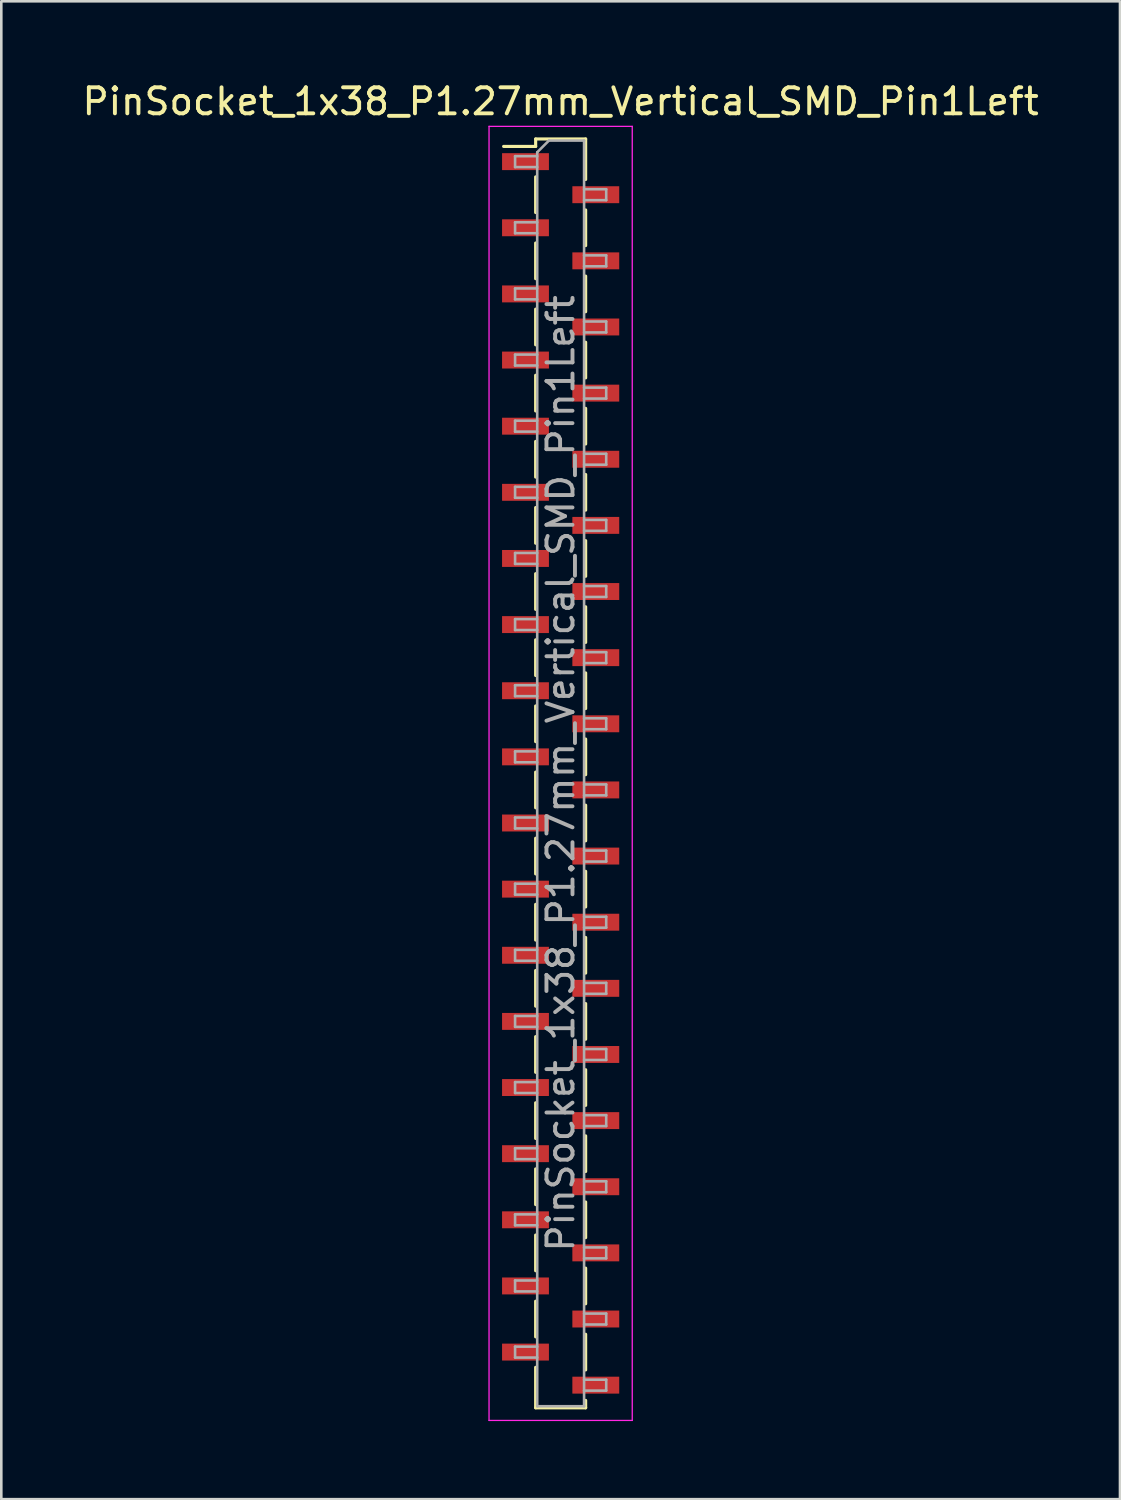
<source format=kicad_pcb>
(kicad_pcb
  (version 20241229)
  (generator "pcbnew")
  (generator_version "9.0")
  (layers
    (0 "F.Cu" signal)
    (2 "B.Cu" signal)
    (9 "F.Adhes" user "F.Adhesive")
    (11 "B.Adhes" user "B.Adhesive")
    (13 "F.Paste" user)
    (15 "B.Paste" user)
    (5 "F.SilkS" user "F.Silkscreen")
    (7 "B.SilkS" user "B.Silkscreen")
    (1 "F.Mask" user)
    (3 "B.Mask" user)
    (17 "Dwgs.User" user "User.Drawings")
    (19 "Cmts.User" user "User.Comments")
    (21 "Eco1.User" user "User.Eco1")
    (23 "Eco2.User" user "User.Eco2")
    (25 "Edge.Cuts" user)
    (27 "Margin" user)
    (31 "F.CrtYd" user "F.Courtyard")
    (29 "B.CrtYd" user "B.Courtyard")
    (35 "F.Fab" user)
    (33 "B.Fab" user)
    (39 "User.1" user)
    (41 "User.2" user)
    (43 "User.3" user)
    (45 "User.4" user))
  (footprint "PinSocket_1x38_P1.27mm_Vertical_SMD_Pin1Left"
    (layer "F.Cu")
    (at 18.482 26.653)
    (property "Reference" "PinSocket_1x38_P1.27mm_Vertical_SMD_Pin1Left" (at 0 -25.805 0) (layer "F.SilkS") (effects (font (size 1 1) (thickness 0.15))))
    (attr smd)
    (fp_line (start -2.19 -24.08) (end -0.96 -24.08) (stroke (width 0.12) (type solid)) (layer "F.SilkS"))
    (fp_line (start -0.96 -24.365) (end -0.96 -24.08) (stroke (width 0.12) (type solid)) (layer "F.SilkS"))
    (fp_line (start -0.96 -24.365) (end 0.96 -24.365) (stroke (width 0.12) (type solid)) (layer "F.SilkS"))
    (fp_line (start -0.96 -22.91) (end -0.96 -21.54) (stroke (width 0.12) (type solid)) (layer "F.SilkS"))
    (fp_line (start -0.96 -20.37) (end -0.96 -19) (stroke (width 0.12) (type solid)) (layer "F.SilkS"))
    (fp_line (start -0.96 -17.83) (end -0.96 -16.46) (stroke (width 0.12) (type solid)) (layer "F.SilkS"))
    (fp_line (start -0.96 -15.29) (end -0.96 -13.92) (stroke (width 0.12) (type solid)) (layer "F.SilkS"))
    (fp_line (start -0.96 -12.75) (end -0.96 -11.38) (stroke (width 0.12) (type solid)) (layer "F.SilkS"))
    (fp_line (start -0.96 -10.21) (end -0.96 -8.84) (stroke (width 0.12) (type solid)) (layer "F.SilkS"))
    (fp_line (start -0.96 -7.67) (end -0.96 -6.3) (stroke (width 0.12) (type solid)) (layer "F.SilkS"))
    (fp_line (start -0.96 -5.13) (end -0.96 -3.76) (stroke (width 0.12) (type solid)) (layer "F.SilkS"))
    (fp_line (start -0.96 -2.59) (end -0.96 -1.22) (stroke (width 0.12) (type solid)) (layer "F.SilkS"))
    (fp_line (start -0.96 -0.05) (end -0.96 1.32) (stroke (width 0.12) (type solid)) (layer "F.SilkS"))
    (fp_line (start -0.96 2.49) (end -0.96 3.86) (stroke (width 0.12) (type solid)) (layer "F.SilkS"))
    (fp_line (start -0.96 5.03) (end -0.96 6.4) (stroke (width 0.12) (type solid)) (layer "F.SilkS"))
    (fp_line (start -0.96 7.57) (end -0.96 8.94) (stroke (width 0.12) (type solid)) (layer "F.SilkS"))
    (fp_line (start -0.96 10.11) (end -0.96 11.48) (stroke (width 0.12) (type solid)) (layer "F.SilkS"))
    (fp_line (start -0.96 12.65) (end -0.96 14.02) (stroke (width 0.12) (type solid)) (layer "F.SilkS"))
    (fp_line (start -0.96 15.19) (end -0.96 16.56) (stroke (width 0.12) (type solid)) (layer "F.SilkS"))
    (fp_line (start -0.96 17.73) (end -0.96 19.1) (stroke (width 0.12) (type solid)) (layer "F.SilkS"))
    (fp_line (start -0.96 20.27) (end -0.96 21.64) (stroke (width 0.12) (type solid)) (layer "F.SilkS"))
    (fp_line (start -0.96 22.81) (end -0.96 24.365) (stroke (width 0.12) (type solid)) (layer "F.SilkS"))
    (fp_line (start -0.96 24.365) (end 0.96 24.365) (stroke (width 0.12) (type solid)) (layer "F.SilkS"))
    (fp_line (start 0.96 -24.365) (end 0.96 -22.81) (stroke (width 0.12) (type solid)) (layer "F.SilkS"))
    (fp_line (start 0.96 -21.64) (end 0.96 -20.27) (stroke (width 0.12) (type solid)) (layer "F.SilkS"))
    (fp_line (start 0.96 -19.1) (end 0.96 -17.73) (stroke (width 0.12) (type solid)) (layer "F.SilkS"))
    (fp_line (start 0.96 -16.56) (end 0.96 -15.19) (stroke (width 0.12) (type solid)) (layer "F.SilkS"))
    (fp_line (start 0.96 -14.02) (end 0.96 -12.65) (stroke (width 0.12) (type solid)) (layer "F.SilkS"))
    (fp_line (start 0.96 -11.48) (end 0.96 -10.11) (stroke (width 0.12) (type solid)) (layer "F.SilkS"))
    (fp_line (start 0.96 -8.94) (end 0.96 -7.57) (stroke (width 0.12) (type solid)) (layer "F.SilkS"))
    (fp_line (start 0.96 -6.4) (end 0.96 -5.03) (stroke (width 0.12) (type solid)) (layer "F.SilkS"))
    (fp_line (start 0.96 -3.86) (end 0.96 -2.49) (stroke (width 0.12) (type solid)) (layer "F.SilkS"))
    (fp_line (start 0.96 -1.32) (end 0.96 0.05) (stroke (width 0.12) (type solid)) (layer "F.SilkS"))
    (fp_line (start 0.96 1.22) (end 0.96 2.59) (stroke (width 0.12) (type solid)) (layer "F.SilkS"))
    (fp_line (start 0.96 3.76) (end 0.96 5.13) (stroke (width 0.12) (type solid)) (layer "F.SilkS"))
    (fp_line (start 0.96 6.3) (end 0.96 7.67) (stroke (width 0.12) (type solid)) (layer "F.SilkS"))
    (fp_line (start 0.96 8.84) (end 0.96 10.21) (stroke (width 0.12) (type solid)) (layer "F.SilkS"))
    (fp_line (start 0.96 11.38) (end 0.96 12.75) (stroke (width 0.12) (type solid)) (layer "F.SilkS"))
    (fp_line (start 0.96 13.92) (end 0.96 15.29) (stroke (width 0.12) (type solid)) (layer "F.SilkS"))
    (fp_line (start 0.96 16.46) (end 0.96 17.83) (stroke (width 0.12) (type solid)) (layer "F.SilkS"))
    (fp_line (start 0.96 19) (end 0.96 20.37) (stroke (width 0.12) (type solid)) (layer "F.SilkS"))
    (fp_line (start 0.96 21.54) (end 0.96 22.91) (stroke (width 0.12) (type solid)) (layer "F.SilkS"))
    (fp_line (start 0.96 24.08) (end 0.96 24.365) (stroke (width 0.12) (type solid)) (layer "F.SilkS"))
    (fp_line (start -2.75 -24.85) (end 2.75 -24.85) (stroke (width 0.05) (type solid)) (layer "F.CrtYd"))
    (fp_line (start -2.75 24.85) (end -2.75 -24.85) (stroke (width 0.05) (type solid)) (layer "F.CrtYd"))
    (fp_line (start 2.75 -24.85) (end 2.75 24.85) (stroke (width 0.05) (type solid)) (layer "F.CrtYd"))
    (fp_line (start 2.75 24.85) (end -2.75 24.85) (stroke (width 0.05) (type solid)) (layer "F.CrtYd"))
    (fp_line (start -1.75 -23.705) (end -0.9 -23.705) (stroke (width 0.1) (type solid)) (layer "F.Fab"))
    (fp_line (start -1.75 -23.285) (end -1.75 -23.705) (stroke (width 0.1) (type solid)) (layer "F.Fab"))
    (fp_line (start -1.75 -21.165) (end -0.9 -21.165) (stroke (width 0.1) (type solid)) (layer "F.Fab"))
    (fp_line (start -1.75 -20.745) (end -1.75 -21.165) (stroke (width 0.1) (type solid)) (layer "F.Fab"))
    (fp_line (start -1.75 -18.625) (end -0.9 -18.625) (stroke (width 0.1) (type solid)) (layer "F.Fab"))
    (fp_line (start -1.75 -18.205) (end -1.75 -18.625) (stroke (width 0.1) (type solid)) (layer "F.Fab"))
    (fp_line (start -1.75 -16.085) (end -0.9 -16.085) (stroke (width 0.1) (type solid)) (layer "F.Fab"))
    (fp_line (start -1.75 -15.665) (end -1.75 -16.085) (stroke (width 0.1) (type solid)) (layer "F.Fab"))
    (fp_line (start -1.75 -13.545) (end -0.9 -13.545) (stroke (width 0.1) (type solid)) (layer "F.Fab"))
    (fp_line (start -1.75 -13.125) (end -1.75 -13.545) (stroke (width 0.1) (type solid)) (layer "F.Fab"))
    (fp_line (start -1.75 -11.005) (end -0.9 -11.005) (stroke (width 0.1) (type solid)) (layer "F.Fab"))
    (fp_line (start -1.75 -10.585) (end -1.75 -11.005) (stroke (width 0.1) (type solid)) (layer "F.Fab"))
    (fp_line (start -1.75 -8.465) (end -0.9 -8.465) (stroke (width 0.1) (type solid)) (layer "F.Fab"))
    (fp_line (start -1.75 -8.045) (end -1.75 -8.465) (stroke (width 0.1) (type solid)) (layer "F.Fab"))
    (fp_line (start -1.75 -5.925) (end -0.9 -5.925) (stroke (width 0.1) (type solid)) (layer "F.Fab"))
    (fp_line (start -1.75 -5.505) (end -1.75 -5.925) (stroke (width 0.1) (type solid)) (layer "F.Fab"))
    (fp_line (start -1.75 -3.385) (end -0.9 -3.385) (stroke (width 0.1) (type solid)) (layer "F.Fab"))
    (fp_line (start -1.75 -2.965) (end -1.75 -3.385) (stroke (width 0.1) (type solid)) (layer "F.Fab"))
    (fp_line (start -1.75 -0.845) (end -0.9 -0.845) (stroke (width 0.1) (type solid)) (layer "F.Fab"))
    (fp_line (start -1.75 -0.425) (end -1.75 -0.845) (stroke (width 0.1) (type solid)) (layer "F.Fab"))
    (fp_line (start -1.75 1.695) (end -0.9 1.695) (stroke (width 0.1) (type solid)) (layer "F.Fab"))
    (fp_line (start -1.75 2.115) (end -1.75 1.695) (stroke (width 0.1) (type solid)) (layer "F.Fab"))
    (fp_line (start -1.75 4.235) (end -0.9 4.235) (stroke (width 0.1) (type solid)) (layer "F.Fab"))
    (fp_line (start -1.75 4.655) (end -1.75 4.235) (stroke (width 0.1) (type solid)) (layer "F.Fab"))
    (fp_line (start -1.75 6.775) (end -0.9 6.775) (stroke (width 0.1) (type solid)) (layer "F.Fab"))
    (fp_line (start -1.75 7.195) (end -1.75 6.775) (stroke (width 0.1) (type solid)) (layer "F.Fab"))
    (fp_line (start -1.75 9.315) (end -0.9 9.315) (stroke (width 0.1) (type solid)) (layer "F.Fab"))
    (fp_line (start -1.75 9.735) (end -1.75 9.315) (stroke (width 0.1) (type solid)) (layer "F.Fab"))
    (fp_line (start -1.75 11.855) (end -0.9 11.855) (stroke (width 0.1) (type solid)) (layer "F.Fab"))
    (fp_line (start -1.75 12.275) (end -1.75 11.855) (stroke (width 0.1) (type solid)) (layer "F.Fab"))
    (fp_line (start -1.75 14.395) (end -0.9 14.395) (stroke (width 0.1) (type solid)) (layer "F.Fab"))
    (fp_line (start -1.75 14.815) (end -1.75 14.395) (stroke (width 0.1) (type solid)) (layer "F.Fab"))
    (fp_line (start -1.75 16.935) (end -0.9 16.935) (stroke (width 0.1) (type solid)) (layer "F.Fab"))
    (fp_line (start -1.75 17.355) (end -1.75 16.935) (stroke (width 0.1) (type solid)) (layer "F.Fab"))
    (fp_line (start -1.75 19.475) (end -0.9 19.475) (stroke (width 0.1) (type solid)) (layer "F.Fab"))
    (fp_line (start -1.75 19.895) (end -1.75 19.475) (stroke (width 0.1) (type solid)) (layer "F.Fab"))
    (fp_line (start -1.75 22.015) (end -0.9 22.015) (stroke (width 0.1) (type solid)) (layer "F.Fab"))
    (fp_line (start -1.75 22.435) (end -1.75 22.015) (stroke (width 0.1) (type solid)) (layer "F.Fab"))
    (fp_line (start -0.9 -23.855) (end -0.45 -24.305) (stroke (width 0.1) (type solid)) (layer "F.Fab"))
    (fp_line (start -0.9 -23.285) (end -1.75 -23.285) (stroke (width 0.1) (type solid)) (layer "F.Fab"))
    (fp_line (start -0.9 -20.745) (end -1.75 -20.745) (stroke (width 0.1) (type solid)) (layer "F.Fab"))
    (fp_line (start -0.9 -18.205) (end -1.75 -18.205) (stroke (width 0.1) (type solid)) (layer "F.Fab"))
    (fp_line (start -0.9 -15.665) (end -1.75 -15.665) (stroke (width 0.1) (type solid)) (layer "F.Fab"))
    (fp_line (start -0.9 -13.125) (end -1.75 -13.125) (stroke (width 0.1) (type solid)) (layer "F.Fab"))
    (fp_line (start -0.9 -10.585) (end -1.75 -10.585) (stroke (width 0.1) (type solid)) (layer "F.Fab"))
    (fp_line (start -0.9 -8.045) (end -1.75 -8.045) (stroke (width 0.1) (type solid)) (layer "F.Fab"))
    (fp_line (start -0.9 -5.505) (end -1.75 -5.505) (stroke (width 0.1) (type solid)) (layer "F.Fab"))
    (fp_line (start -0.9 -2.965) (end -1.75 -2.965) (stroke (width 0.1) (type solid)) (layer "F.Fab"))
    (fp_line (start -0.9 -0.425) (end -1.75 -0.425) (stroke (width 0.1) (type solid)) (layer "F.Fab"))
    (fp_line (start -0.9 2.115) (end -1.75 2.115) (stroke (width 0.1) (type solid)) (layer "F.Fab"))
    (fp_line (start -0.9 4.655) (end -1.75 4.655) (stroke (width 0.1) (type solid)) (layer "F.Fab"))
    (fp_line (start -0.9 7.195) (end -1.75 7.195) (stroke (width 0.1) (type solid)) (layer "F.Fab"))
    (fp_line (start -0.9 9.735) (end -1.75 9.735) (stroke (width 0.1) (type solid)) (layer "F.Fab"))
    (fp_line (start -0.9 12.275) (end -1.75 12.275) (stroke (width 0.1) (type solid)) (layer "F.Fab"))
    (fp_line (start -0.9 14.815) (end -1.75 14.815) (stroke (width 0.1) (type solid)) (layer "F.Fab"))
    (fp_line (start -0.9 17.355) (end -1.75 17.355) (stroke (width 0.1) (type solid)) (layer "F.Fab"))
    (fp_line (start -0.9 19.895) (end -1.75 19.895) (stroke (width 0.1) (type solid)) (layer "F.Fab"))
    (fp_line (start -0.9 22.435) (end -1.75 22.435) (stroke (width 0.1) (type solid)) (layer "F.Fab"))
    (fp_line (start -0.9 24.305) (end -0.9 -23.855) (stroke (width 0.1) (type solid)) (layer "F.Fab"))
    (fp_line (start -0.45 -24.305) (end 0.9 -24.305) (stroke (width 0.1) (type solid)) (layer "F.Fab"))
    (fp_line (start 0.9 -24.305) (end 0.9 24.305) (stroke (width 0.1) (type solid)) (layer "F.Fab"))
    (fp_line (start 0.9 -22.435) (end 1.75 -22.435) (stroke (width 0.1) (type solid)) (layer "F.Fab"))
    (fp_line (start 0.9 -19.895) (end 1.75 -19.895) (stroke (width 0.1) (type solid)) (layer "F.Fab"))
    (fp_line (start 0.9 -17.355) (end 1.75 -17.355) (stroke (width 0.1) (type solid)) (layer "F.Fab"))
    (fp_line (start 0.9 -14.815) (end 1.75 -14.815) (stroke (width 0.1) (type solid)) (layer "F.Fab"))
    (fp_line (start 0.9 -12.275) (end 1.75 -12.275) (stroke (width 0.1) (type solid)) (layer "F.Fab"))
    (fp_line (start 0.9 -9.735) (end 1.75 -9.735) (stroke (width 0.1) (type solid)) (layer "F.Fab"))
    (fp_line (start 0.9 -7.195) (end 1.75 -7.195) (stroke (width 0.1) (type solid)) (layer "F.Fab"))
    (fp_line (start 0.9 -4.655) (end 1.75 -4.655) (stroke (width 0.1) (type solid)) (layer "F.Fab"))
    (fp_line (start 0.9 -2.115) (end 1.75 -2.115) (stroke (width 0.1) (type solid)) (layer "F.Fab"))
    (fp_line (start 0.9 0.425) (end 1.75 0.425) (stroke (width 0.1) (type solid)) (layer "F.Fab"))
    (fp_line (start 0.9 2.965) (end 1.75 2.965) (stroke (width 0.1) (type solid)) (layer "F.Fab"))
    (fp_line (start 0.9 5.505) (end 1.75 5.505) (stroke (width 0.1) (type solid)) (layer "F.Fab"))
    (fp_line (start 0.9 8.045) (end 1.75 8.045) (stroke (width 0.1) (type solid)) (layer "F.Fab"))
    (fp_line (start 0.9 10.585) (end 1.75 10.585) (stroke (width 0.1) (type solid)) (layer "F.Fab"))
    (fp_line (start 0.9 13.125) (end 1.75 13.125) (stroke (width 0.1) (type solid)) (layer "F.Fab"))
    (fp_line (start 0.9 15.665) (end 1.75 15.665) (stroke (width 0.1) (type solid)) (layer "F.Fab"))
    (fp_line (start 0.9 18.205) (end 1.75 18.205) (stroke (width 0.1) (type solid)) (layer "F.Fab"))
    (fp_line (start 0.9 20.745) (end 1.75 20.745) (stroke (width 0.1) (type solid)) (layer "F.Fab"))
    (fp_line (start 0.9 23.285) (end 1.75 23.285) (stroke (width 0.1) (type solid)) (layer "F.Fab"))
    (fp_line (start 0.9 24.305) (end -0.9 24.305) (stroke (width 0.1) (type solid)) (layer "F.Fab"))
    (fp_line (start 1.75 -22.435) (end 1.75 -22.015) (stroke (width 0.1) (type solid)) (layer "F.Fab"))
    (fp_line (start 1.75 -22.015) (end 0.9 -22.015) (stroke (width 0.1) (type solid)) (layer "F.Fab"))
    (fp_line (start 1.75 -19.895) (end 1.75 -19.475) (stroke (width 0.1) (type solid)) (layer "F.Fab"))
    (fp_line (start 1.75 -19.475) (end 0.9 -19.475) (stroke (width 0.1) (type solid)) (layer "F.Fab"))
    (fp_line (start 1.75 -17.355) (end 1.75 -16.935) (stroke (width 0.1) (type solid)) (layer "F.Fab"))
    (fp_line (start 1.75 -16.935) (end 0.9 -16.935) (stroke (width 0.1) (type solid)) (layer "F.Fab"))
    (fp_line (start 1.75 -14.815) (end 1.75 -14.395) (stroke (width 0.1) (type solid)) (layer "F.Fab"))
    (fp_line (start 1.75 -14.395) (end 0.9 -14.395) (stroke (width 0.1) (type solid)) (layer "F.Fab"))
    (fp_line (start 1.75 -12.275) (end 1.75 -11.855) (stroke (width 0.1) (type solid)) (layer "F.Fab"))
    (fp_line (start 1.75 -11.855) (end 0.9 -11.855) (stroke (width 0.1) (type solid)) (layer "F.Fab"))
    (fp_line (start 1.75 -9.735) (end 1.75 -9.315) (stroke (width 0.1) (type solid)) (layer "F.Fab"))
    (fp_line (start 1.75 -9.315) (end 0.9 -9.315) (stroke (width 0.1) (type solid)) (layer "F.Fab"))
    (fp_line (start 1.75 -7.195) (end 1.75 -6.775) (stroke (width 0.1) (type solid)) (layer "F.Fab"))
    (fp_line (start 1.75 -6.775) (end 0.9 -6.775) (stroke (width 0.1) (type solid)) (layer "F.Fab"))
    (fp_line (start 1.75 -4.655) (end 1.75 -4.235) (stroke (width 0.1) (type solid)) (layer "F.Fab"))
    (fp_line (start 1.75 -4.235) (end 0.9 -4.235) (stroke (width 0.1) (type solid)) (layer "F.Fab"))
    (fp_line (start 1.75 -2.115) (end 1.75 -1.695) (stroke (width 0.1) (type solid)) (layer "F.Fab"))
    (fp_line (start 1.75 -1.695) (end 0.9 -1.695) (stroke (width 0.1) (type solid)) (layer "F.Fab"))
    (fp_line (start 1.75 0.425) (end 1.75 0.845) (stroke (width 0.1) (type solid)) (layer "F.Fab"))
    (fp_line (start 1.75 0.845) (end 0.9 0.845) (stroke (width 0.1) (type solid)) (layer "F.Fab"))
    (fp_line (start 1.75 2.965) (end 1.75 3.385) (stroke (width 0.1) (type solid)) (layer "F.Fab"))
    (fp_line (start 1.75 3.385) (end 0.9 3.385) (stroke (width 0.1) (type solid)) (layer "F.Fab"))
    (fp_line (start 1.75 5.505) (end 1.75 5.925) (stroke (width 0.1) (type solid)) (layer "F.Fab"))
    (fp_line (start 1.75 5.925) (end 0.9 5.925) (stroke (width 0.1) (type solid)) (layer "F.Fab"))
    (fp_line (start 1.75 8.045) (end 1.75 8.465) (stroke (width 0.1) (type solid)) (layer "F.Fab"))
    (fp_line (start 1.75 8.465) (end 0.9 8.465) (stroke (width 0.1) (type solid)) (layer "F.Fab"))
    (fp_line (start 1.75 10.585) (end 1.75 11.005) (stroke (width 0.1) (type solid)) (layer "F.Fab"))
    (fp_line (start 1.75 11.005) (end 0.9 11.005) (stroke (width 0.1) (type solid)) (layer "F.Fab"))
    (fp_line (start 1.75 13.125) (end 1.75 13.545) (stroke (width 0.1) (type solid)) (layer "F.Fab"))
    (fp_line (start 1.75 13.545) (end 0.9 13.545) (stroke (width 0.1) (type solid)) (layer "F.Fab"))
    (fp_line (start 1.75 15.665) (end 1.75 16.085) (stroke (width 0.1) (type solid)) (layer "F.Fab"))
    (fp_line (start 1.75 16.085) (end 0.9 16.085) (stroke (width 0.1) (type solid)) (layer "F.Fab"))
    (fp_line (start 1.75 18.205) (end 1.75 18.625) (stroke (width 0.1) (type solid)) (layer "F.Fab"))
    (fp_line (start 1.75 18.625) (end 0.9 18.625) (stroke (width 0.1) (type solid)) (layer "F.Fab"))
    (fp_line (start 1.75 20.745) (end 1.75 21.165) (stroke (width 0.1) (type solid)) (layer "F.Fab"))
    (fp_line (start 1.75 21.165) (end 0.9 21.165) (stroke (width 0.1) (type solid)) (layer "F.Fab"))
    (fp_line (start 1.75 23.285) (end 1.75 23.705) (stroke (width 0.1) (type solid)) (layer "F.Fab"))
    (fp_line (start 1.75 23.705) (end 0.9 23.705) (stroke (width 0.1) (type solid)) (layer "F.Fab"))
    (fp_text user "${REFERENCE}" (at 0 0 90) (layer "F.Fab") (effects (font (size 1 1) (thickness 0.15))))
    (pad "1" smd rect (at -1.35 -23.495) (size 1.8 0.65) (layers "F.Cu" "F.Mask" "F.Paste"))
    (pad "2" smd rect (at 1.35 -22.225) (size 1.8 0.65) (layers "F.Cu" "F.Mask" "F.Paste"))
    (pad "3" smd rect (at -1.35 -20.955) (size 1.8 0.65) (layers "F.Cu" "F.Mask" "F.Paste"))
    (pad "4" smd rect (at 1.35 -19.685) (size 1.8 0.65) (layers "F.Cu" "F.Mask" "F.Paste"))
    (pad "5" smd rect (at -1.35 -18.415) (size 1.8 0.65) (layers "F.Cu" "F.Mask" "F.Paste"))
    (pad "6" smd rect (at 1.35 -17.145) (size 1.8 0.65) (layers "F.Cu" "F.Mask" "F.Paste"))
    (pad "7" smd rect (at -1.35 -15.875) (size 1.8 0.65) (layers "F.Cu" "F.Mask" "F.Paste"))
    (pad "8" smd rect (at 1.35 -14.605) (size 1.8 0.65) (layers "F.Cu" "F.Mask" "F.Paste"))
    (pad "9" smd rect (at -1.35 -13.335) (size 1.8 0.65) (layers "F.Cu" "F.Mask" "F.Paste"))
    (pad "10" smd rect (at 1.35 -12.065) (size 1.8 0.65) (layers "F.Cu" "F.Mask" "F.Paste"))
    (pad "11" smd rect (at -1.35 -10.795) (size 1.8 0.65) (layers "F.Cu" "F.Mask" "F.Paste"))
    (pad "12" smd rect (at 1.35 -9.525) (size 1.8 0.65) (layers "F.Cu" "F.Mask" "F.Paste"))
    (pad "13" smd rect (at -1.35 -8.255) (size 1.8 0.65) (layers "F.Cu" "F.Mask" "F.Paste"))
    (pad "14" smd rect (at 1.35 -6.985) (size 1.8 0.65) (layers "F.Cu" "F.Mask" "F.Paste"))
    (pad "15" smd rect (at -1.35 -5.715) (size 1.8 0.65) (layers "F.Cu" "F.Mask" "F.Paste"))
    (pad "16" smd rect (at 1.35 -4.445) (size 1.8 0.65) (layers "F.Cu" "F.Mask" "F.Paste"))
    (pad "17" smd rect (at -1.35 -3.175) (size 1.8 0.65) (layers "F.Cu" "F.Mask" "F.Paste"))
    (pad "18" smd rect (at 1.35 -1.905) (size 1.8 0.65) (layers "F.Cu" "F.Mask" "F.Paste"))
    (pad "19" smd rect (at -1.35 -0.635) (size 1.8 0.65) (layers "F.Cu" "F.Mask" "F.Paste"))
    (pad "20" smd rect (at 1.35 0.635) (size 1.8 0.65) (layers "F.Cu" "F.Mask" "F.Paste"))
    (pad "21" smd rect (at -1.35 1.905) (size 1.8 0.65) (layers "F.Cu" "F.Mask" "F.Paste"))
    (pad "22" smd rect (at 1.35 3.175) (size 1.8 0.65) (layers "F.Cu" "F.Mask" "F.Paste"))
    (pad "23" smd rect (at -1.35 4.445) (size 1.8 0.65) (layers "F.Cu" "F.Mask" "F.Paste"))
    (pad "24" smd rect (at 1.35 5.715) (size 1.8 0.65) (layers "F.Cu" "F.Mask" "F.Paste"))
    (pad "25" smd rect (at -1.35 6.985) (size 1.8 0.65) (layers "F.Cu" "F.Mask" "F.Paste"))
    (pad "26" smd rect (at 1.35 8.255) (size 1.8 0.65) (layers "F.Cu" "F.Mask" "F.Paste"))
    (pad "27" smd rect (at -1.35 9.525) (size 1.8 0.65) (layers "F.Cu" "F.Mask" "F.Paste"))
    (pad "28" smd rect (at 1.35 10.795) (size 1.8 0.65) (layers "F.Cu" "F.Mask" "F.Paste"))
    (pad "29" smd rect (at -1.35 12.065) (size 1.8 0.65) (layers "F.Cu" "F.Mask" "F.Paste"))
    (pad "30" smd rect (at 1.35 13.335) (size 1.8 0.65) (layers "F.Cu" "F.Mask" "F.Paste"))
    (pad "31" smd rect (at -1.35 14.605) (size 1.8 0.65) (layers "F.Cu" "F.Mask" "F.Paste"))
    (pad "32" smd rect (at 1.35 15.875) (size 1.8 0.65) (layers "F.Cu" "F.Mask" "F.Paste"))
    (pad "33" smd rect (at -1.35 17.145) (size 1.8 0.65) (layers "F.Cu" "F.Mask" "F.Paste"))
    (pad "34" smd rect (at 1.35 18.415) (size 1.8 0.65) (layers "F.Cu" "F.Mask" "F.Paste"))
    (pad "35" smd rect (at -1.35 19.685) (size 1.8 0.65) (layers "F.Cu" "F.Mask" "F.Paste"))
    (pad "36" smd rect (at 1.35 20.955) (size 1.8 0.65) (layers "F.Cu" "F.Mask" "F.Paste"))
    (pad "37" smd rect (at -1.35 22.225) (size 1.8 0.65) (layers "F.Cu" "F.Mask" "F.Paste"))
    (pad "38" smd rect (at 1.35 23.495) (size 1.8 0.65) (layers "F.Cu" "F.Mask" "F.Paste")))
  (gr_rect
    (start -3 -3)
    (end 39.964 54.528)
    (stroke (width 0.1) (type default))
    (fill no)
    (layer "Edge.Cuts")))
</source>
